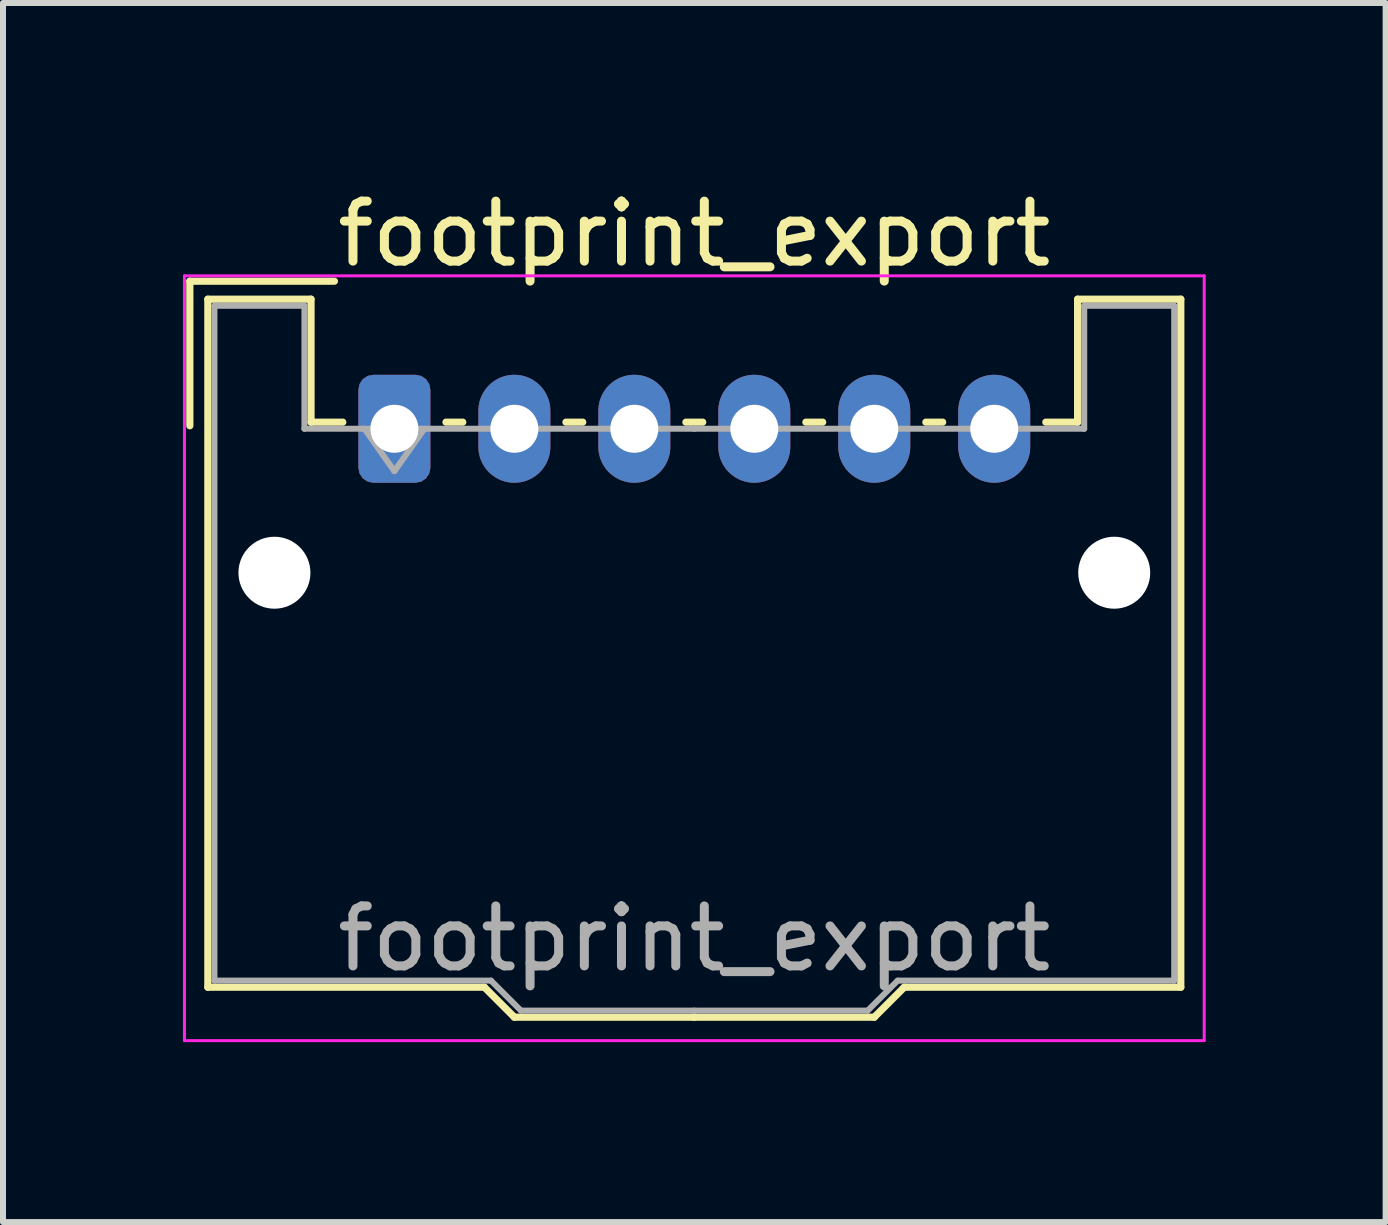
<source format=kicad_pcb>
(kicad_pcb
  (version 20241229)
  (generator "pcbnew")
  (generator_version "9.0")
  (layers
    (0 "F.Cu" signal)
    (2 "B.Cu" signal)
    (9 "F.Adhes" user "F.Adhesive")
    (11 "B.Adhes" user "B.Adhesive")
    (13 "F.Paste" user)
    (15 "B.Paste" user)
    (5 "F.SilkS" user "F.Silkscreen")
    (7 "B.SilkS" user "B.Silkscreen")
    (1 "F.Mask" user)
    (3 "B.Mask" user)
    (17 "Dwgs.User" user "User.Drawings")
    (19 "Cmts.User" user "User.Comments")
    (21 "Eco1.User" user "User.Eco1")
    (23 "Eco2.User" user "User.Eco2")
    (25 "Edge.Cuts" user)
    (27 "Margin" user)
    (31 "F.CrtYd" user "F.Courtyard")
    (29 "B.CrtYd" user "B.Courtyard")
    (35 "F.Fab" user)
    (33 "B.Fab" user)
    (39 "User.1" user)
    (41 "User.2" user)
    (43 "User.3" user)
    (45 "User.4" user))
  (footprint "footprint_export"
    (layer "F.Cu")
    (at 3.525 4.098)
    (property "Reference" "footprint_export" (at 5 -3.25 0) (layer "F.SilkS") (effects (font (size 1 1) (thickness 0.15))))
    (attr through_hole)
    (fp_line (start -3.41 -2.46) (end -1 -2.46) (stroke (width 0.12) (type solid)) (layer "F.SilkS"))
    (fp_line (start -3.41 -0.05) (end -3.41 -2.46) (stroke (width 0.12) (type solid)) (layer "F.SilkS"))
    (fp_line (start -3.11 -2.16) (end -1.39 -2.16) (stroke (width 0.12) (type solid)) (layer "F.SilkS"))
    (fp_line (start -3.11 9.31) (end -3.11 -2.16) (stroke (width 0.12) (type solid)) (layer "F.SilkS"))
    (fp_line (start -1.39 -2.16) (end -1.39 -0.11) (stroke (width 0.12) (type solid)) (layer "F.SilkS"))
    (fp_line (start -1.39 -0.11) (end -0.86 -0.11) (stroke (width 0.12) (type solid)) (layer "F.SilkS"))
    (fp_line (start 0.86 -0.11) (end 1.14 -0.11) (stroke (width 0.12) (type solid)) (layer "F.SilkS"))
    (fp_line (start 1.5 9.31) (end -3.11 9.31) (stroke (width 0.12) (type solid)) (layer "F.SilkS"))
    (fp_line (start 2 9.81) (end 1.5 9.31) (stroke (width 0.12) (type solid)) (layer "F.SilkS"))
    (fp_line (start 2.86 -0.11) (end 3.14 -0.11) (stroke (width 0.12) (type solid)) (layer "F.SilkS"))
    (fp_line (start 4.86 -0.11) (end 5.14 -0.11) (stroke (width 0.12) (type solid)) (layer "F.SilkS"))
    (fp_line (start 5 9.81) (end 2 9.81) (stroke (width 0.12) (type solid)) (layer "F.SilkS"))
    (fp_line (start 5 9.81) (end 8 9.81) (stroke (width 0.12) (type solid)) (layer "F.SilkS"))
    (fp_line (start 6.86 -0.11) (end 7.14 -0.11) (stroke (width 0.12) (type solid)) (layer "F.SilkS"))
    (fp_line (start 8 9.81) (end 8.5 9.31) (stroke (width 0.12) (type solid)) (layer "F.SilkS"))
    (fp_line (start 8.5 9.31) (end 13.11 9.31) (stroke (width 0.12) (type solid)) (layer "F.SilkS"))
    (fp_line (start 8.86 -0.11) (end 9.14 -0.11) (stroke (width 0.12) (type solid)) (layer "F.SilkS"))
    (fp_line (start 11.39 -2.16) (end 11.39 -0.11) (stroke (width 0.12) (type solid)) (layer "F.SilkS"))
    (fp_line (start 11.39 -0.11) (end 10.86 -0.11) (stroke (width 0.12) (type solid)) (layer "F.SilkS"))
    (fp_line (start 13.11 -2.16) (end 11.39 -2.16) (stroke (width 0.12) (type solid)) (layer "F.SilkS"))
    (fp_line (start 13.11 9.31) (end 13.11 -2.16) (stroke (width 0.12) (type solid)) (layer "F.SilkS"))
    (fp_line (start -3.5 -2.55) (end -3.5 10.2) (stroke (width 0.05) (type solid)) (layer "F.CrtYd"))
    (fp_line (start -3.5 10.2) (end 13.5 10.2) (stroke (width 0.05) (type solid)) (layer "F.CrtYd"))
    (fp_line (start 13.5 -2.55) (end -3.5 -2.55) (stroke (width 0.05) (type solid)) (layer "F.CrtYd"))
    (fp_line (start 13.5 10.2) (end 13.5 -2.55) (stroke (width 0.05) (type solid)) (layer "F.CrtYd"))
    (fp_line (start -3 -2.05) (end -1.5 -2.05) (stroke (width 0.1) (type solid)) (layer "F.Fab"))
    (fp_line (start -3 9.2) (end -3 -2.05) (stroke (width 0.1) (type solid)) (layer "F.Fab"))
    (fp_line (start -1.5 -2.05) (end -1.5 0) (stroke (width 0.1) (type solid)) (layer "F.Fab"))
    (fp_line (start -1.5 0) (end 5 0) (stroke (width 0.1) (type solid)) (layer "F.Fab"))
    (fp_line (start -0.5 0) (end 0 0.707) (stroke (width 0.1) (type solid)) (layer "F.Fab"))
    (fp_line (start 0 0.707) (end 0.5 0) (stroke (width 0.1) (type solid)) (layer "F.Fab"))
    (fp_line (start 1.61 9.2) (end -3 9.2) (stroke (width 0.1) (type solid)) (layer "F.Fab"))
    (fp_line (start 2.11 9.7) (end 1.61 9.2) (stroke (width 0.1) (type solid)) (layer "F.Fab"))
    (fp_line (start 5 9.7) (end 2.11 9.7) (stroke (width 0.1) (type solid)) (layer "F.Fab"))
    (fp_line (start 5 9.7) (end 7.89 9.7) (stroke (width 0.1) (type solid)) (layer "F.Fab"))
    (fp_line (start 7.89 9.7) (end 8.39 9.2) (stroke (width 0.1) (type solid)) (layer "F.Fab"))
    (fp_line (start 8.39 9.2) (end 13 9.2) (stroke (width 0.1) (type solid)) (layer "F.Fab"))
    (fp_line (start 11.5 -2.05) (end 11.5 0) (stroke (width 0.1) (type solid)) (layer "F.Fab"))
    (fp_line (start 11.5 0) (end 5 0) (stroke (width 0.1) (type solid)) (layer "F.Fab"))
    (fp_line (start 13 -2.05) (end 11.5 -2.05) (stroke (width 0.1) (type solid)) (layer "F.Fab"))
    (fp_line (start 13 9.2) (end 13 -2.05) (stroke (width 0.1) (type solid)) (layer "F.Fab"))
    (fp_text user "${REFERENCE}" (at 5 8.5 0) (layer "F.Fab") (effects (font (size 1 1) (thickness 0.15))))
    (pad "" np_thru_hole circle (at -2 2.4) (size 1.2 1.2) (drill 1.2) (layers "*.Cu" "*.Mask"))
    (pad "" np_thru_hole circle (at 12 2.4) (size 1.2 1.2) (drill 1.2) (layers "*.Cu" "*.Mask"))
    (pad "1" thru_hole roundrect (at 0 0) (size 1.2 1.8) (drill 0.8) (layers "*.Cu" "*.Mask") (roundrect_rratio 0.208))
    (pad "2" thru_hole oval (at 2 0) (size 1.2 1.8) (drill 0.8) (layers "*.Cu" "*.Mask"))
    (pad "3" thru_hole oval (at 4 0) (size 1.2 1.8) (drill 0.8) (layers "*.Cu" "*.Mask"))
    (pad "4" thru_hole oval (at 6 0) (size 1.2 1.8) (drill 0.8) (layers "*.Cu" "*.Mask"))
    (pad "5" thru_hole oval (at 8 0) (size 1.2 1.8) (drill 0.8) (layers "*.Cu" "*.Mask"))
    (pad "6" thru_hole oval (at 10 0) (size 1.2 1.8) (drill 0.8) (layers "*.Cu" "*.Mask")))
  (gr_rect
    (start -3 -3)
    (end 20.05 17.323)
    (stroke (width 0.1) (type default))
    (fill no)
    (layer "Edge.Cuts")))
</source>
